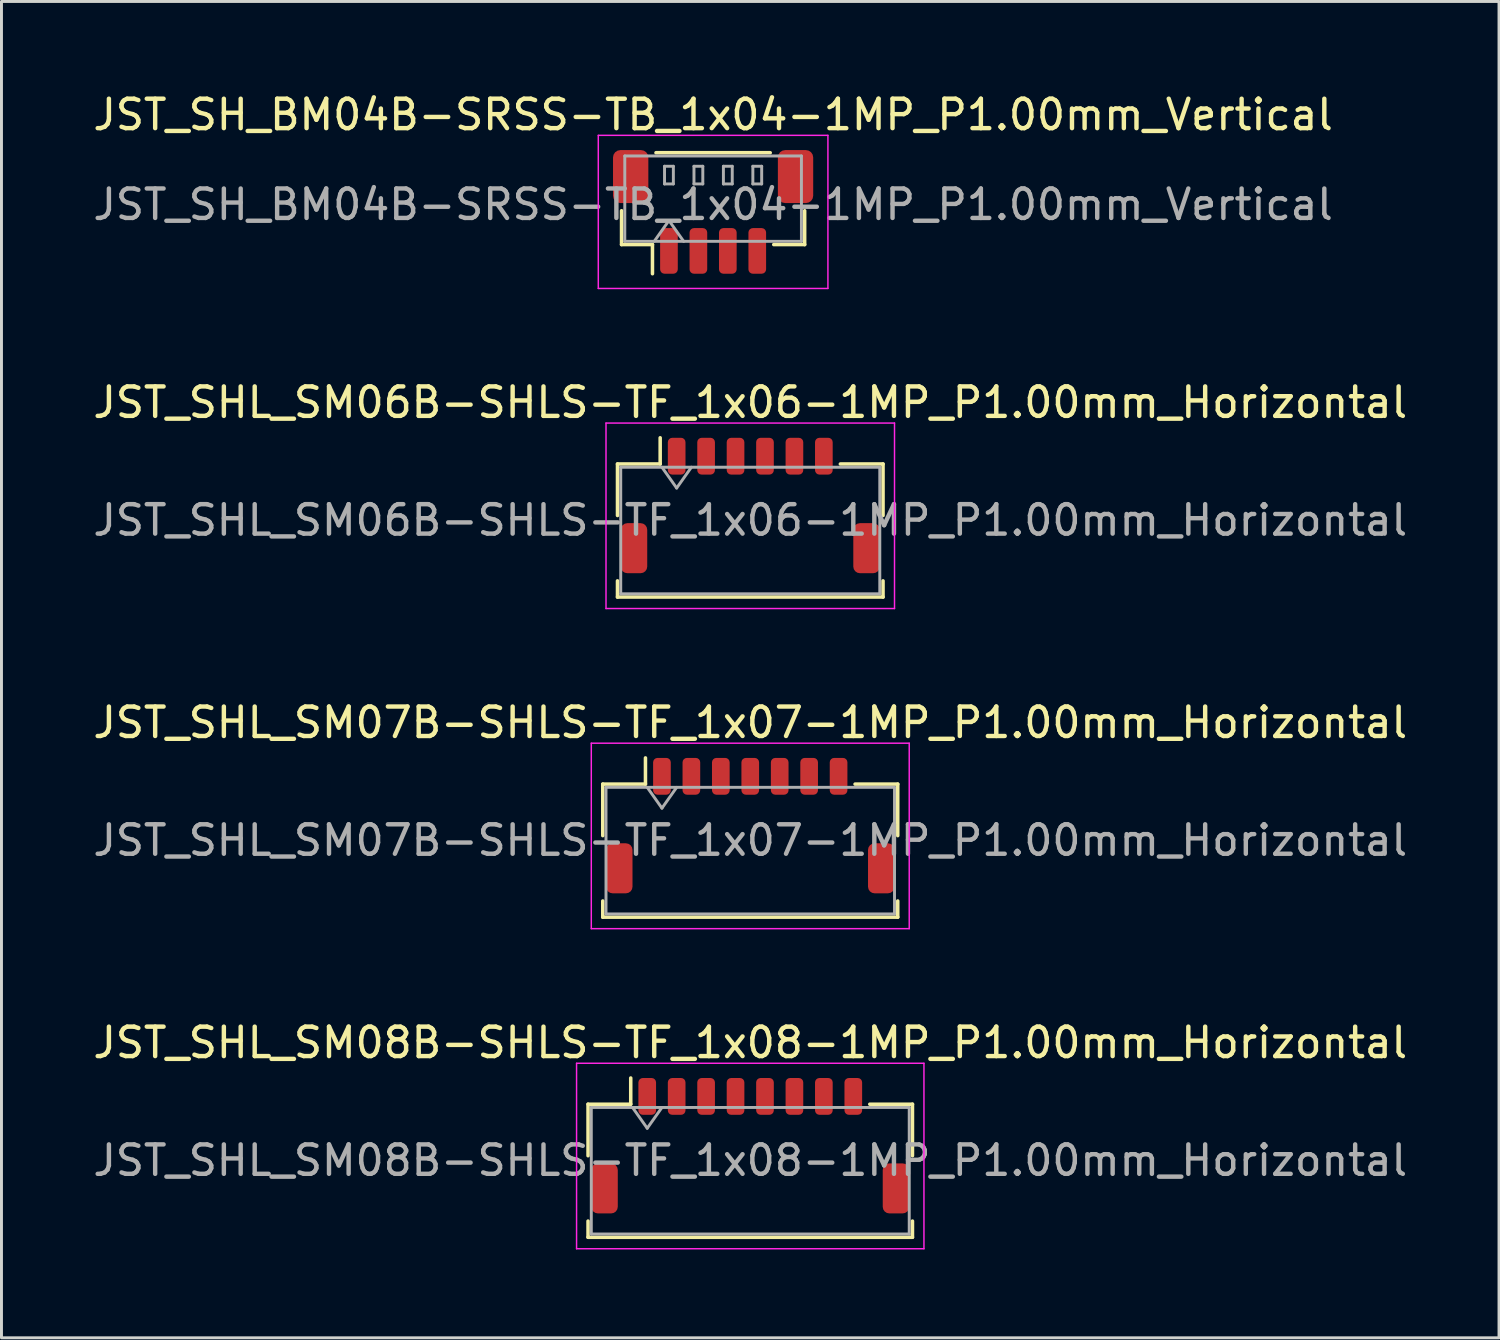
<source format=kicad_pcb>
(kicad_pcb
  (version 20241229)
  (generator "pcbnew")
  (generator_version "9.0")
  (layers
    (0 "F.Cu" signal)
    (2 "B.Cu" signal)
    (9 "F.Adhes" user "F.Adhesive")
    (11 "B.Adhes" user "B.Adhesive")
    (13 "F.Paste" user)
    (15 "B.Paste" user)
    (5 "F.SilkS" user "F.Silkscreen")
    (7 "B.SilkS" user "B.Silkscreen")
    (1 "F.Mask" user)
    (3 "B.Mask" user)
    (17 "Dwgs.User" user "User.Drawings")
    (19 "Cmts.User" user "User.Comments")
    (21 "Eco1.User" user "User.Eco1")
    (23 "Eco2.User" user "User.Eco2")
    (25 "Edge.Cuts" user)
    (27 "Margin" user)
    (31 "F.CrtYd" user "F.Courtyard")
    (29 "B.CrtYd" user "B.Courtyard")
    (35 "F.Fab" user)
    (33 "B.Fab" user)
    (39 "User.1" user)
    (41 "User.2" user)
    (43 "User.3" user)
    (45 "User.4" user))
  (footprint "JST_SHL_SM08B-SHLS-TF_1x08-1MP_P1.00mm_Horizontal"
    (layer "F.Cu")
    (at 22.435 35.868)
    (property "Reference" "JST_SHL_SM08B-SHLS-TF_1x08-1MP_P1.00mm_Horizontal" (at 0 -3.5 0) (layer "F.SilkS") (effects (font (size 1 1) (thickness 0.15))))
    (attr smd)
    (fp_line (start -5.51 -1.41) (end -4.06 -1.41) (stroke (width 0.12) (type solid)) (layer "F.SilkS"))
    (fp_line (start -5.51 0.34) (end -5.51 -1.41) (stroke (width 0.12) (type solid)) (layer "F.SilkS"))
    (fp_line (start -5.51 2.56) (end -5.51 3.11) (stroke (width 0.12) (type solid)) (layer "F.SilkS"))
    (fp_line (start -5.51 3.11) (end 5.51 3.11) (stroke (width 0.12) (type solid)) (layer "F.SilkS"))
    (fp_line (start -4.06 -1.41) (end -4.06 -2.3) (stroke (width 0.12) (type solid)) (layer "F.SilkS"))
    (fp_line (start 5.51 -1.41) (end 4.06 -1.41) (stroke (width 0.12) (type solid)) (layer "F.SilkS"))
    (fp_line (start 5.51 0.34) (end 5.51 -1.41) (stroke (width 0.12) (type solid)) (layer "F.SilkS"))
    (fp_line (start 5.51 3.11) (end 5.51 2.56) (stroke (width 0.12) (type solid)) (layer "F.SilkS"))
    (fp_line (start -5.9 -2.8) (end -5.9 3.5) (stroke (width 0.05) (type solid)) (layer "F.CrtYd"))
    (fp_line (start -5.9 3.5) (end 5.9 3.5) (stroke (width 0.05) (type solid)) (layer "F.CrtYd"))
    (fp_line (start 5.9 -2.8) (end -5.9 -2.8) (stroke (width 0.05) (type solid)) (layer "F.CrtYd"))
    (fp_line (start 5.9 3.5) (end 5.9 -2.8) (stroke (width 0.05) (type solid)) (layer "F.CrtYd"))
    (fp_line (start -5.4 -1.3) (end -5.4 3) (stroke (width 0.1) (type solid)) (layer "F.Fab"))
    (fp_line (start -5.4 -1.3) (end 5.4 -1.3) (stroke (width 0.1) (type solid)) (layer "F.Fab"))
    (fp_line (start -5.4 3) (end 5.4 3) (stroke (width 0.1) (type solid)) (layer "F.Fab"))
    (fp_line (start -4 -1.3) (end -3.5 -0.593) (stroke (width 0.1) (type solid)) (layer "F.Fab"))
    (fp_line (start -3.5 -0.593) (end -3 -1.3) (stroke (width 0.1) (type solid)) (layer "F.Fab"))
    (fp_line (start 5.4 -1.3) (end 5.4 3) (stroke (width 0.1) (type solid)) (layer "F.Fab"))
    (fp_text user "${REFERENCE}" (at 0 0.5 0) (layer "F.Fab") (effects (font (size 1 1) (thickness 0.15))))
    (pad "1" smd roundrect (at -3.5 -1.675) (size 0.6 1.25) (layers "F.Cu" "F.Mask" "F.Paste") (roundrect_rratio 0.25))
    (pad "2" smd roundrect (at -2.5 -1.675) (size 0.6 1.25) (layers "F.Cu" "F.Mask" "F.Paste") (roundrect_rratio 0.25))
    (pad "3" smd roundrect (at -1.5 -1.675) (size 0.6 1.25) (layers "F.Cu" "F.Mask" "F.Paste") (roundrect_rratio 0.25))
    (pad "4" smd roundrect (at -0.5 -1.675) (size 0.6 1.25) (layers "F.Cu" "F.Mask" "F.Paste") (roundrect_rratio 0.25))
    (pad "5" smd roundrect (at 0.5 -1.675) (size 0.6 1.25) (layers "F.Cu" "F.Mask" "F.Paste") (roundrect_rratio 0.25))
    (pad "6" smd roundrect (at 1.5 -1.675) (size 0.6 1.25) (layers "F.Cu" "F.Mask" "F.Paste") (roundrect_rratio 0.25))
    (pad "7" smd roundrect (at 2.5 -1.675) (size 0.6 1.25) (layers "F.Cu" "F.Mask" "F.Paste") (roundrect_rratio 0.25))
    (pad "8" smd roundrect (at 3.5 -1.675) (size 0.6 1.25) (layers "F.Cu" "F.Mask" "F.Paste") (roundrect_rratio 0.25))
    (pad "MP" smd roundrect (at -4.95 1.45) (size 0.9 1.7) (layers "F.Cu" "F.Mask" "F.Paste") (roundrect_rratio 0.25))
    (pad "MP" smd roundrect (at 4.95 1.45) (size 0.9 1.7) (layers "F.Cu" "F.Mask" "F.Paste") (roundrect_rratio 0.25)))
  (footprint "JST_SHL_SM06B-SHLS-TF_1x06-1MP_P1.00mm_Horizontal"
    (layer "F.Cu")
    (at 22.435 14.121)
    (property "Reference" "JST_SHL_SM06B-SHLS-TF_1x06-1MP_P1.00mm_Horizontal" (at 0 -3.5 0) (layer "F.SilkS") (effects (font (size 1 1) (thickness 0.15))))
    (attr smd)
    (fp_line (start -4.51 -1.41) (end -3.06 -1.41) (stroke (width 0.12) (type solid)) (layer "F.SilkS"))
    (fp_line (start -4.51 0.34) (end -4.51 -1.41) (stroke (width 0.12) (type solid)) (layer "F.SilkS"))
    (fp_line (start -4.51 2.56) (end -4.51 3.11) (stroke (width 0.12) (type solid)) (layer "F.SilkS"))
    (fp_line (start -4.51 3.11) (end 4.51 3.11) (stroke (width 0.12) (type solid)) (layer "F.SilkS"))
    (fp_line (start -3.06 -1.41) (end -3.06 -2.3) (stroke (width 0.12) (type solid)) (layer "F.SilkS"))
    (fp_line (start 4.51 -1.41) (end 3.06 -1.41) (stroke (width 0.12) (type solid)) (layer "F.SilkS"))
    (fp_line (start 4.51 0.34) (end 4.51 -1.41) (stroke (width 0.12) (type solid)) (layer "F.SilkS"))
    (fp_line (start 4.51 3.11) (end 4.51 2.56) (stroke (width 0.12) (type solid)) (layer "F.SilkS"))
    (fp_line (start -4.9 -2.8) (end -4.9 3.5) (stroke (width 0.05) (type solid)) (layer "F.CrtYd"))
    (fp_line (start -4.9 3.5) (end 4.9 3.5) (stroke (width 0.05) (type solid)) (layer "F.CrtYd"))
    (fp_line (start 4.9 -2.8) (end -4.9 -2.8) (stroke (width 0.05) (type solid)) (layer "F.CrtYd"))
    (fp_line (start 4.9 3.5) (end 4.9 -2.8) (stroke (width 0.05) (type solid)) (layer "F.CrtYd"))
    (fp_line (start -4.4 -1.3) (end -4.4 3) (stroke (width 0.1) (type solid)) (layer "F.Fab"))
    (fp_line (start -4.4 -1.3) (end 4.4 -1.3) (stroke (width 0.1) (type solid)) (layer "F.Fab"))
    (fp_line (start -4.4 3) (end 4.4 3) (stroke (width 0.1) (type solid)) (layer "F.Fab"))
    (fp_line (start -3 -1.3) (end -2.5 -0.593) (stroke (width 0.1) (type solid)) (layer "F.Fab"))
    (fp_line (start -2.5 -0.593) (end -2 -1.3) (stroke (width 0.1) (type solid)) (layer "F.Fab"))
    (fp_line (start 4.4 -1.3) (end 4.4 3) (stroke (width 0.1) (type solid)) (layer "F.Fab"))
    (fp_text user "${REFERENCE}" (at 0 0.5 0) (layer "F.Fab") (effects (font (size 1 1) (thickness 0.15))))
    (pad "1" smd roundrect (at -2.5 -1.675) (size 0.6 1.25) (layers "F.Cu" "F.Mask" "F.Paste") (roundrect_rratio 0.25))
    (pad "2" smd roundrect (at -1.5 -1.675) (size 0.6 1.25) (layers "F.Cu" "F.Mask" "F.Paste") (roundrect_rratio 0.25))
    (pad "3" smd roundrect (at -0.5 -1.675) (size 0.6 1.25) (layers "F.Cu" "F.Mask" "F.Paste") (roundrect_rratio 0.25))
    (pad "4" smd roundrect (at 0.5 -1.675) (size 0.6 1.25) (layers "F.Cu" "F.Mask" "F.Paste") (roundrect_rratio 0.25))
    (pad "5" smd roundrect (at 1.5 -1.675) (size 0.6 1.25) (layers "F.Cu" "F.Mask" "F.Paste") (roundrect_rratio 0.25))
    (pad "6" smd roundrect (at 2.5 -1.675) (size 0.6 1.25) (layers "F.Cu" "F.Mask" "F.Paste") (roundrect_rratio 0.25))
    (pad "MP" smd roundrect (at -3.95 1.45) (size 0.9 1.7) (layers "F.Cu" "F.Mask" "F.Paste") (roundrect_rratio 0.25))
    (pad "MP" smd roundrect (at 3.95 1.45) (size 0.9 1.7) (layers "F.Cu" "F.Mask" "F.Paste") (roundrect_rratio 0.25)))
  (footprint "JST_SHL_SM07B-SHLS-TF_1x07-1MP_P1.00mm_Horizontal"
    (layer "F.Cu")
    (at 22.435 24.995)
    (property "Reference" "JST_SHL_SM07B-SHLS-TF_1x07-1MP_P1.00mm_Horizontal" (at 0 -3.5 0) (layer "F.SilkS") (effects (font (size 1 1) (thickness 0.15))))
    (attr smd)
    (fp_line (start -5.01 -1.41) (end -3.56 -1.41) (stroke (width 0.12) (type solid)) (layer "F.SilkS"))
    (fp_line (start -5.01 0.34) (end -5.01 -1.41) (stroke (width 0.12) (type solid)) (layer "F.SilkS"))
    (fp_line (start -5.01 2.56) (end -5.01 3.11) (stroke (width 0.12) (type solid)) (layer "F.SilkS"))
    (fp_line (start -5.01 3.11) (end 5.01 3.11) (stroke (width 0.12) (type solid)) (layer "F.SilkS"))
    (fp_line (start -3.56 -1.41) (end -3.56 -2.3) (stroke (width 0.12) (type solid)) (layer "F.SilkS"))
    (fp_line (start 5.01 -1.41) (end 3.56 -1.41) (stroke (width 0.12) (type solid)) (layer "F.SilkS"))
    (fp_line (start 5.01 0.34) (end 5.01 -1.41) (stroke (width 0.12) (type solid)) (layer "F.SilkS"))
    (fp_line (start 5.01 3.11) (end 5.01 2.56) (stroke (width 0.12) (type solid)) (layer "F.SilkS"))
    (fp_line (start -5.4 -2.8) (end -5.4 3.5) (stroke (width 0.05) (type solid)) (layer "F.CrtYd"))
    (fp_line (start -5.4 3.5) (end 5.4 3.5) (stroke (width 0.05) (type solid)) (layer "F.CrtYd"))
    (fp_line (start 5.4 -2.8) (end -5.4 -2.8) (stroke (width 0.05) (type solid)) (layer "F.CrtYd"))
    (fp_line (start 5.4 3.5) (end 5.4 -2.8) (stroke (width 0.05) (type solid)) (layer "F.CrtYd"))
    (fp_line (start -4.9 -1.3) (end -4.9 3) (stroke (width 0.1) (type solid)) (layer "F.Fab"))
    (fp_line (start -4.9 -1.3) (end 4.9 -1.3) (stroke (width 0.1) (type solid)) (layer "F.Fab"))
    (fp_line (start -4.9 3) (end 4.9 3) (stroke (width 0.1) (type solid)) (layer "F.Fab"))
    (fp_line (start -3.5 -1.3) (end -3 -0.593) (stroke (width 0.1) (type solid)) (layer "F.Fab"))
    (fp_line (start -3 -0.593) (end -2.5 -1.3) (stroke (width 0.1) (type solid)) (layer "F.Fab"))
    (fp_line (start 4.9 -1.3) (end 4.9 3) (stroke (width 0.1) (type solid)) (layer "F.Fab"))
    (fp_text user "${REFERENCE}" (at 0 0.5 0) (layer "F.Fab") (effects (font (size 1 1) (thickness 0.15))))
    (pad "1" smd roundrect (at -3 -1.675) (size 0.6 1.25) (layers "F.Cu" "F.Mask" "F.Paste") (roundrect_rratio 0.25))
    (pad "2" smd roundrect (at -2 -1.675) (size 0.6 1.25) (layers "F.Cu" "F.Mask" "F.Paste") (roundrect_rratio 0.25))
    (pad "3" smd roundrect (at -1 -1.675) (size 0.6 1.25) (layers "F.Cu" "F.Mask" "F.Paste") (roundrect_rratio 0.25))
    (pad "4" smd roundrect (at 0 -1.675) (size 0.6 1.25) (layers "F.Cu" "F.Mask" "F.Paste") (roundrect_rratio 0.25))
    (pad "5" smd roundrect (at 1 -1.675) (size 0.6 1.25) (layers "F.Cu" "F.Mask" "F.Paste") (roundrect_rratio 0.25))
    (pad "6" smd roundrect (at 2 -1.675) (size 0.6 1.25) (layers "F.Cu" "F.Mask" "F.Paste") (roundrect_rratio 0.25))
    (pad "7" smd roundrect (at 3 -1.675) (size 0.6 1.25) (layers "F.Cu" "F.Mask" "F.Paste") (roundrect_rratio 0.25))
    (pad "MP" smd roundrect (at -4.45 1.45) (size 0.9 1.7) (layers "F.Cu" "F.Mask" "F.Paste") (roundrect_rratio 0.25))
    (pad "MP" smd roundrect (at 4.45 1.45) (size 0.9 1.7) (layers "F.Cu" "F.Mask" "F.Paste") (roundrect_rratio 0.25)))
  (footprint "JST_SH_BM04B-SRSS-TB_1x04-1MP_P1.00mm_Vertical"
    (layer "F.Cu")
    (at 21.173 4.148)
    (property "Reference" "JST_SH_BM04B-SRSS-TB_1x04-1MP_P1.00mm_Vertical" (at 0 -3.3 0) (layer "F.SilkS") (effects (font (size 1 1) (thickness 0.15))))
    (attr smd)
    (fp_line (start -3.11 -0.04) (end -3.11 1.11) (stroke (width 0.12) (type solid)) (layer "F.SilkS"))
    (fp_line (start -3.11 1.11) (end -2.06 1.11) (stroke (width 0.12) (type solid)) (layer "F.SilkS"))
    (fp_line (start -2.06 1.11) (end -2.06 2.1) (stroke (width 0.12) (type solid)) (layer "F.SilkS"))
    (fp_line (start -1.94 -2.01) (end 1.94 -2.01) (stroke (width 0.12) (type solid)) (layer "F.SilkS"))
    (fp_line (start 3.11 -0.04) (end 3.11 1.11) (stroke (width 0.12) (type solid)) (layer "F.SilkS"))
    (fp_line (start 3.11 1.11) (end 2.06 1.11) (stroke (width 0.12) (type solid)) (layer "F.SilkS"))
    (fp_line (start -3.9 -2.6) (end -3.9 2.6) (stroke (width 0.05) (type solid)) (layer "F.CrtYd"))
    (fp_line (start -3.9 2.6) (end 3.9 2.6) (stroke (width 0.05) (type solid)) (layer "F.CrtYd"))
    (fp_line (start 3.9 -2.6) (end -3.9 -2.6) (stroke (width 0.05) (type solid)) (layer "F.CrtYd"))
    (fp_line (start 3.9 2.6) (end 3.9 -2.6) (stroke (width 0.05) (type solid)) (layer "F.CrtYd"))
    (fp_line (start -3 -1.9) (end 3 -1.9) (stroke (width 0.1) (type solid)) (layer "F.Fab"))
    (fp_line (start -3 1) (end -3 -1.9) (stroke (width 0.1) (type solid)) (layer "F.Fab"))
    (fp_line (start -3 1) (end 3 1) (stroke (width 0.1) (type solid)) (layer "F.Fab"))
    (fp_line (start -2 1) (end -1.5 0.293) (stroke (width 0.1) (type solid)) (layer "F.Fab"))
    (fp_line (start -1.65 -1.55) (end -1.65 -0.95) (stroke (width 0.1) (type solid)) (layer "F.Fab"))
    (fp_line (start -1.65 -0.95) (end -1.35 -0.95) (stroke (width 0.1) (type solid)) (layer "F.Fab"))
    (fp_line (start -1.5 0.293) (end -1 1) (stroke (width 0.1) (type solid)) (layer "F.Fab"))
    (fp_line (start -1.35 -1.55) (end -1.65 -1.55) (stroke (width 0.1) (type solid)) (layer "F.Fab"))
    (fp_line (start -1.35 -0.95) (end -1.35 -1.55) (stroke (width 0.1) (type solid)) (layer "F.Fab"))
    (fp_line (start -0.65 -1.55) (end -0.65 -0.95) (stroke (width 0.1) (type solid)) (layer "F.Fab"))
    (fp_line (start -0.65 -0.95) (end -0.35 -0.95) (stroke (width 0.1) (type solid)) (layer "F.Fab"))
    (fp_line (start -0.35 -1.55) (end -0.65 -1.55) (stroke (width 0.1) (type solid)) (layer "F.Fab"))
    (fp_line (start -0.35 -0.95) (end -0.35 -1.55) (stroke (width 0.1) (type solid)) (layer "F.Fab"))
    (fp_line (start 0.35 -1.55) (end 0.35 -0.95) (stroke (width 0.1) (type solid)) (layer "F.Fab"))
    (fp_line (start 0.35 -0.95) (end 0.65 -0.95) (stroke (width 0.1) (type solid)) (layer "F.Fab"))
    (fp_line (start 0.65 -1.55) (end 0.35 -1.55) (stroke (width 0.1) (type solid)) (layer "F.Fab"))
    (fp_line (start 0.65 -0.95) (end 0.65 -1.55) (stroke (width 0.1) (type solid)) (layer "F.Fab"))
    (fp_line (start 1.35 -1.55) (end 1.35 -0.95) (stroke (width 0.1) (type solid)) (layer "F.Fab"))
    (fp_line (start 1.35 -0.95) (end 1.65 -0.95) (stroke (width 0.1) (type solid)) (layer "F.Fab"))
    (fp_line (start 1.65 -1.55) (end 1.35 -1.55) (stroke (width 0.1) (type solid)) (layer "F.Fab"))
    (fp_line (start 1.65 -0.95) (end 1.65 -1.55) (stroke (width 0.1) (type solid)) (layer "F.Fab"))
    (fp_line (start 3 1) (end 3 -1.9) (stroke (width 0.1) (type solid)) (layer "F.Fab"))
    (fp_text user "${REFERENCE}" (at 0 -0.25 0) (layer "F.Fab") (effects (font (size 1 1) (thickness 0.15))))
    (pad "1" smd roundrect (at -1.5 1.325) (size 0.6 1.55) (layers "F.Cu" "F.Mask" "F.Paste") (roundrect_rratio 0.25))
    (pad "2" smd roundrect (at -0.5 1.325) (size 0.6 1.55) (layers "F.Cu" "F.Mask" "F.Paste") (roundrect_rratio 0.25))
    (pad "3" smd roundrect (at 0.5 1.325) (size 0.6 1.55) (layers "F.Cu" "F.Mask" "F.Paste") (roundrect_rratio 0.25))
    (pad "4" smd roundrect (at 1.5 1.325) (size 0.6 1.55) (layers "F.Cu" "F.Mask" "F.Paste") (roundrect_rratio 0.25))
    (pad "MP" smd roundrect (at -2.8 -1.2) (size 1.2 1.8) (layers "F.Cu" "F.Mask" "F.Paste") (roundrect_rratio 0.208))
    (pad "MP" smd roundrect (at 2.8 -1.2) (size 1.2 1.8) (layers "F.Cu" "F.Mask" "F.Paste") (roundrect_rratio 0.208)))
  (gr_rect
    (start -3 -3)
    (end 47.869 42.393)
    (stroke (width 0.1) (type default))
    (fill no)
    (layer "Edge.Cuts")))
</source>
